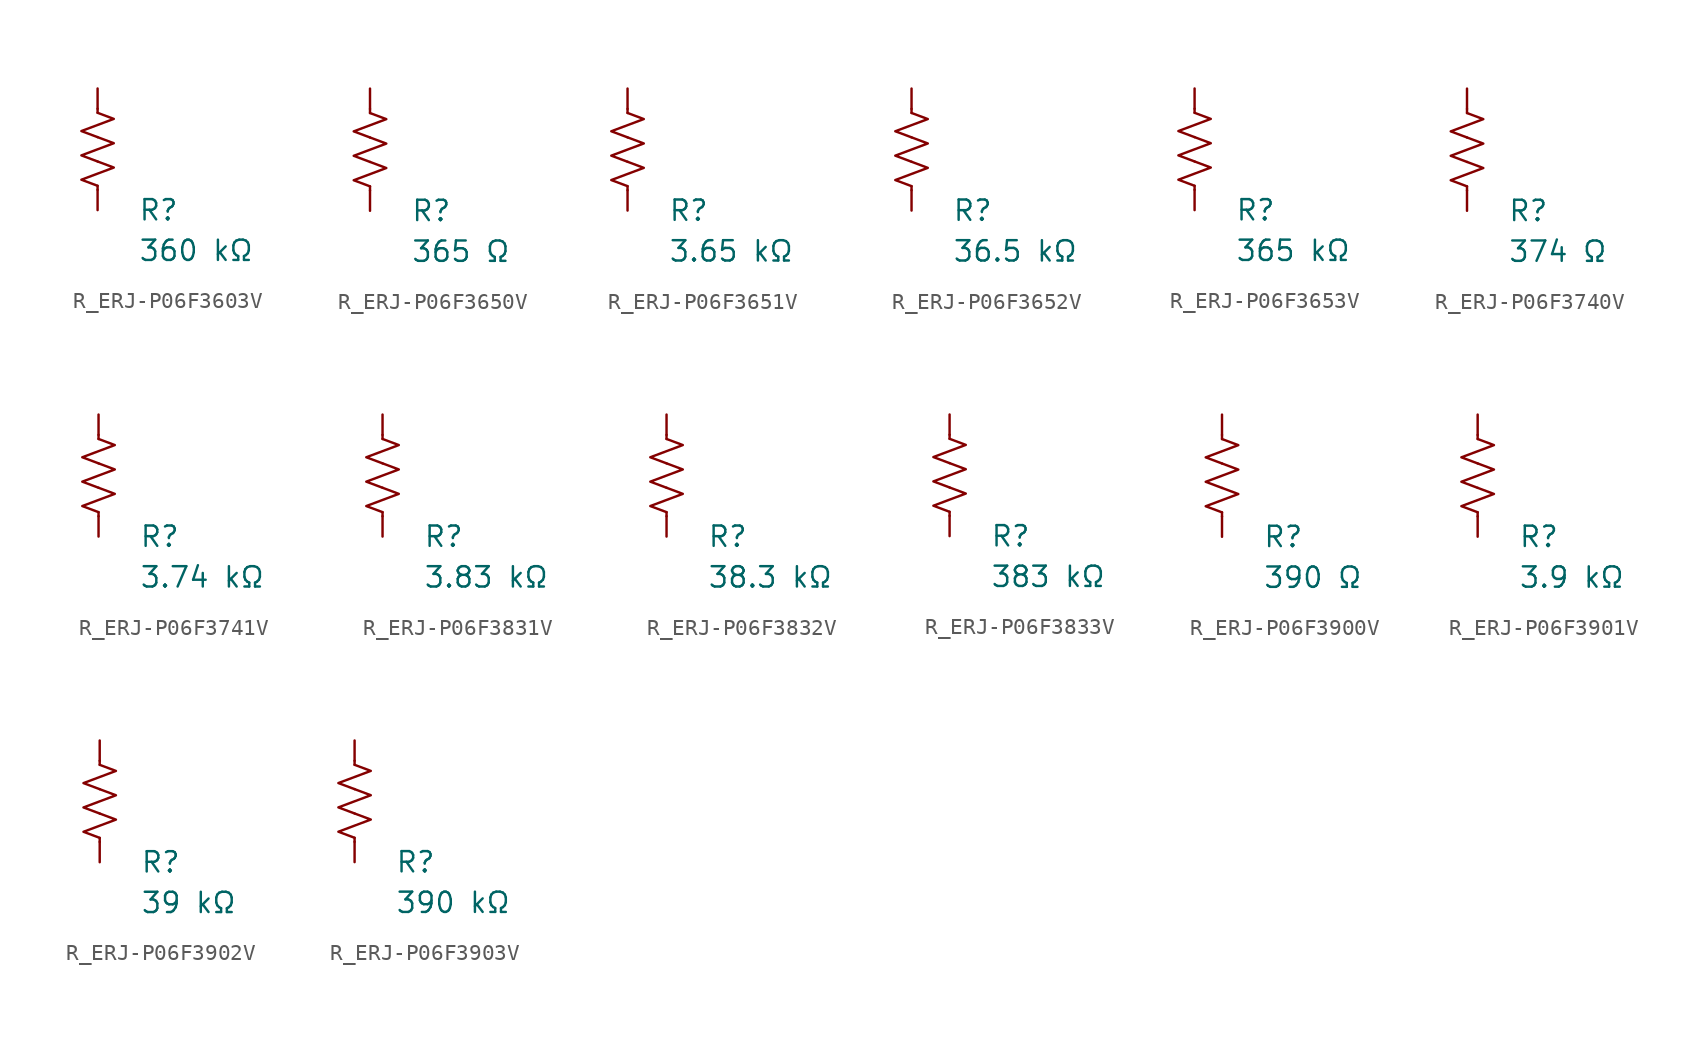
<source format=kicad_sym>
(kicad_symbol_lib
  (version 20231120)
  (generator "kicad_symbol_editor")
  (generator_version "8.0")
  (symbol "R_ERJ-P06F3603V"
    (pin_numbers hide)
    (pin_names
      (offset 0))
    (property "Reference" "R"
      (at 2.54 -3.81 0)
      (effects (font (size 1.27 1.27)) (justify left))
      (show_name no))
    (property "Value" "360 kΩ"
      (at 2.54 -6.35 0)
      (effects (font (size 1.27 1.27)) (justify left))
      (show_name no))
    (symbol "R_ERJ-P06F3603V_0_1"
      (polyline (pts (xy 0 -2.286) (xy 0 -2.54)) (stroke (width 0) (type default)) (fill (type none)))
      (polyline (pts (xy 0 2.286) (xy 0 2.54)) (stroke (width 0) (type default)) (fill (type none)))
      (polyline (pts (xy 0 -0.762) (xy 1.016 -1.143) (xy 0 -1.524) (xy -1.016 -1.905) (xy 0 -2.286)) (stroke (width 0) (type default)) (fill (type none)))
      (polyline (pts (xy 0 0.762) (xy 1.016 0.381) (xy 0 0) (xy -1.016 -0.381) (xy 0 -0.762)) (stroke (width 0) (type default)) (fill (type none)))
      (polyline (pts (xy 0 2.286) (xy 1.016 1.905) (xy 0 1.524) (xy -1.016 1.143) (xy 0 0.762)) (stroke (width 0) (type default)) (fill (type none))))
    (symbol "R_ERJ-P06F3603V_1_1"
      (pin passive line (at 0 3.81 270) (length 1.27) (name "~" (effects (font (size 1.27 1.27)))) (number "1" (effects (font (size 1.27 1.27)))))
      (pin passive line (at 0 -3.81 90) (length 1.27) (name "~" (effects (font (size 1.27 1.27)))) (number "2" (effects (font (size 1.27 1.27)))))))
  (symbol "R_ERJ-P06F3650V"
    (pin_numbers hide)
    (pin_names
      (offset 0))
    (property "Reference" "R"
      (at 2.54 -3.81 0)
      (effects (font (size 1.27 1.27)) (justify left))
      (show_name no))
    (property "Value" "365 Ω"
      (at 2.54 -6.35 0)
      (effects (font (size 1.27 1.27)) (justify left))
      (show_name no))
    (symbol "R_ERJ-P06F3650V_0_1"
      (polyline (pts (xy 0 -2.286) (xy 0 -2.54)) (stroke (width 0) (type default)) (fill (type none)))
      (polyline (pts (xy 0 2.286) (xy 0 2.54)) (stroke (width 0) (type default)) (fill (type none)))
      (polyline (pts (xy 0 -0.762) (xy 1.016 -1.143) (xy 0 -1.524) (xy -1.016 -1.905) (xy 0 -2.286)) (stroke (width 0) (type default)) (fill (type none)))
      (polyline (pts (xy 0 0.762) (xy 1.016 0.381) (xy 0 0) (xy -1.016 -0.381) (xy 0 -0.762)) (stroke (width 0) (type default)) (fill (type none)))
      (polyline (pts (xy 0 2.286) (xy 1.016 1.905) (xy 0 1.524) (xy -1.016 1.143) (xy 0 0.762)) (stroke (width 0) (type default)) (fill (type none))))
    (symbol "R_ERJ-P06F3650V_1_1"
      (pin passive line (at 0 3.81 270) (length 1.27) (name "~" (effects (font (size 1.27 1.27)))) (number "1" (effects (font (size 1.27 1.27)))))
      (pin passive line (at 0 -3.81 90) (length 1.27) (name "~" (effects (font (size 1.27 1.27)))) (number "2" (effects (font (size 1.27 1.27)))))))
  (symbol "R_ERJ-P06F3651V"
    (pin_numbers hide)
    (pin_names
      (offset 0))
    (property "Reference" "R"
      (at 2.54 -3.81 0)
      (effects (font (size 1.27 1.27)) (justify left))
      (show_name no))
    (property "Value" "3.65 kΩ"
      (at 2.54 -6.35 0)
      (effects (font (size 1.27 1.27)) (justify left))
      (show_name no))
    (symbol "R_ERJ-P06F3651V_0_1"
      (polyline (pts (xy 0 -2.286) (xy 0 -2.54)) (stroke (width 0) (type default)) (fill (type none)))
      (polyline (pts (xy 0 2.286) (xy 0 2.54)) (stroke (width 0) (type default)) (fill (type none)))
      (polyline (pts (xy 0 -0.762) (xy 1.016 -1.143) (xy 0 -1.524) (xy -1.016 -1.905) (xy 0 -2.286)) (stroke (width 0) (type default)) (fill (type none)))
      (polyline (pts (xy 0 0.762) (xy 1.016 0.381) (xy 0 0) (xy -1.016 -0.381) (xy 0 -0.762)) (stroke (width 0) (type default)) (fill (type none)))
      (polyline (pts (xy 0 2.286) (xy 1.016 1.905) (xy 0 1.524) (xy -1.016 1.143) (xy 0 0.762)) (stroke (width 0) (type default)) (fill (type none))))
    (symbol "R_ERJ-P06F3651V_1_1"
      (pin passive line (at 0 3.81 270) (length 1.27) (name "~" (effects (font (size 1.27 1.27)))) (number "1" (effects (font (size 1.27 1.27)))))
      (pin passive line (at 0 -3.81 90) (length 1.27) (name "~" (effects (font (size 1.27 1.27)))) (number "2" (effects (font (size 1.27 1.27)))))))
  (symbol "R_ERJ-P06F3652V"
    (pin_numbers hide)
    (pin_names
      (offset 0))
    (property "Reference" "R"
      (at 2.54 -3.81 0)
      (effects (font (size 1.27 1.27)) (justify left))
      (show_name no))
    (property "Value" "36.5 kΩ"
      (at 2.54 -6.35 0)
      (effects (font (size 1.27 1.27)) (justify left))
      (show_name no))
    (symbol "R_ERJ-P06F3652V_0_1"
      (polyline (pts (xy 0 -2.286) (xy 0 -2.54)) (stroke (width 0) (type default)) (fill (type none)))
      (polyline (pts (xy 0 2.286) (xy 0 2.54)) (stroke (width 0) (type default)) (fill (type none)))
      (polyline (pts (xy 0 -0.762) (xy 1.016 -1.143) (xy 0 -1.524) (xy -1.016 -1.905) (xy 0 -2.286)) (stroke (width 0) (type default)) (fill (type none)))
      (polyline (pts (xy 0 0.762) (xy 1.016 0.381) (xy 0 0) (xy -1.016 -0.381) (xy 0 -0.762)) (stroke (width 0) (type default)) (fill (type none)))
      (polyline (pts (xy 0 2.286) (xy 1.016 1.905) (xy 0 1.524) (xy -1.016 1.143) (xy 0 0.762)) (stroke (width 0) (type default)) (fill (type none))))
    (symbol "R_ERJ-P06F3652V_1_1"
      (pin passive line (at 0 3.81 270) (length 1.27) (name "~" (effects (font (size 1.27 1.27)))) (number "1" (effects (font (size 1.27 1.27)))))
      (pin passive line (at 0 -3.81 90) (length 1.27) (name "~" (effects (font (size 1.27 1.27)))) (number "2" (effects (font (size 1.27 1.27)))))))
  (symbol "R_ERJ-P06F3653V"
    (pin_numbers hide)
    (pin_names
      (offset 0))
    (property "Reference" "R"
      (at 2.54 -3.81 0)
      (effects (font (size 1.27 1.27)) (justify left))
      (show_name no))
    (property "Value" "365 kΩ"
      (at 2.54 -6.35 0)
      (effects (font (size 1.27 1.27)) (justify left))
      (show_name no))
    (symbol "R_ERJ-P06F3653V_0_1"
      (polyline (pts (xy 0 -2.286) (xy 0 -2.54)) (stroke (width 0) (type default)) (fill (type none)))
      (polyline (pts (xy 0 2.286) (xy 0 2.54)) (stroke (width 0) (type default)) (fill (type none)))
      (polyline (pts (xy 0 -0.762) (xy 1.016 -1.143) (xy 0 -1.524) (xy -1.016 -1.905) (xy 0 -2.286)) (stroke (width 0) (type default)) (fill (type none)))
      (polyline (pts (xy 0 0.762) (xy 1.016 0.381) (xy 0 0) (xy -1.016 -0.381) (xy 0 -0.762)) (stroke (width 0) (type default)) (fill (type none)))
      (polyline (pts (xy 0 2.286) (xy 1.016 1.905) (xy 0 1.524) (xy -1.016 1.143) (xy 0 0.762)) (stroke (width 0) (type default)) (fill (type none))))
    (symbol "R_ERJ-P06F3653V_1_1"
      (pin passive line (at 0 3.81 270) (length 1.27) (name "~" (effects (font (size 1.27 1.27)))) (number "1" (effects (font (size 1.27 1.27)))))
      (pin passive line (at 0 -3.81 90) (length 1.27) (name "~" (effects (font (size 1.27 1.27)))) (number "2" (effects (font (size 1.27 1.27)))))))
  (symbol "R_ERJ-P06F3740V"
    (pin_numbers hide)
    (pin_names
      (offset 0))
    (property "Reference" "R"
      (at 2.54 -3.81 0)
      (effects (font (size 1.27 1.27)) (justify left))
      (show_name no))
    (property "Value" "374 Ω"
      (at 2.54 -6.35 0)
      (effects (font (size 1.27 1.27)) (justify left))
      (show_name no))
    (symbol "R_ERJ-P06F3740V_0_1"
      (polyline (pts (xy 0 -2.286) (xy 0 -2.54)) (stroke (width 0) (type default)) (fill (type none)))
      (polyline (pts (xy 0 2.286) (xy 0 2.54)) (stroke (width 0) (type default)) (fill (type none)))
      (polyline (pts (xy 0 -0.762) (xy 1.016 -1.143) (xy 0 -1.524) (xy -1.016 -1.905) (xy 0 -2.286)) (stroke (width 0) (type default)) (fill (type none)))
      (polyline (pts (xy 0 0.762) (xy 1.016 0.381) (xy 0 0) (xy -1.016 -0.381) (xy 0 -0.762)) (stroke (width 0) (type default)) (fill (type none)))
      (polyline (pts (xy 0 2.286) (xy 1.016 1.905) (xy 0 1.524) (xy -1.016 1.143) (xy 0 0.762)) (stroke (width 0) (type default)) (fill (type none))))
    (symbol "R_ERJ-P06F3740V_1_1"
      (pin passive line (at 0 3.81 270) (length 1.27) (name "~" (effects (font (size 1.27 1.27)))) (number "1" (effects (font (size 1.27 1.27)))))
      (pin passive line (at 0 -3.81 90) (length 1.27) (name "~" (effects (font (size 1.27 1.27)))) (number "2" (effects (font (size 1.27 1.27)))))))
  (symbol "R_ERJ-P06F3741V"
    (pin_numbers hide)
    (pin_names
      (offset 0))
    (property "Reference" "R"
      (at 2.54 -3.81 0)
      (effects (font (size 1.27 1.27)) (justify left))
      (show_name no))
    (property "Value" "3.74 kΩ"
      (at 2.54 -6.35 0)
      (effects (font (size 1.27 1.27)) (justify left))
      (show_name no))
    (symbol "R_ERJ-P06F3741V_0_1"
      (polyline (pts (xy 0 -2.286) (xy 0 -2.54)) (stroke (width 0) (type default)) (fill (type none)))
      (polyline (pts (xy 0 2.286) (xy 0 2.54)) (stroke (width 0) (type default)) (fill (type none)))
      (polyline (pts (xy 0 -0.762) (xy 1.016 -1.143) (xy 0 -1.524) (xy -1.016 -1.905) (xy 0 -2.286)) (stroke (width 0) (type default)) (fill (type none)))
      (polyline (pts (xy 0 0.762) (xy 1.016 0.381) (xy 0 0) (xy -1.016 -0.381) (xy 0 -0.762)) (stroke (width 0) (type default)) (fill (type none)))
      (polyline (pts (xy 0 2.286) (xy 1.016 1.905) (xy 0 1.524) (xy -1.016 1.143) (xy 0 0.762)) (stroke (width 0) (type default)) (fill (type none))))
    (symbol "R_ERJ-P06F3741V_1_1"
      (pin passive line (at 0 3.81 270) (length 1.27) (name "~" (effects (font (size 1.27 1.27)))) (number "1" (effects (font (size 1.27 1.27)))))
      (pin passive line (at 0 -3.81 90) (length 1.27) (name "~" (effects (font (size 1.27 1.27)))) (number "2" (effects (font (size 1.27 1.27)))))))
  (symbol "R_ERJ-P06F3831V"
    (pin_numbers hide)
    (pin_names
      (offset 0))
    (property "Reference" "R"
      (at 2.54 -3.81 0)
      (effects (font (size 1.27 1.27)) (justify left))
      (show_name no))
    (property "Value" "3.83 kΩ"
      (at 2.54 -6.35 0)
      (effects (font (size 1.27 1.27)) (justify left))
      (show_name no))
    (symbol "R_ERJ-P06F3831V_0_1"
      (polyline (pts (xy 0 -2.286) (xy 0 -2.54)) (stroke (width 0) (type default)) (fill (type none)))
      (polyline (pts (xy 0 2.286) (xy 0 2.54)) (stroke (width 0) (type default)) (fill (type none)))
      (polyline (pts (xy 0 -0.762) (xy 1.016 -1.143) (xy 0 -1.524) (xy -1.016 -1.905) (xy 0 -2.286)) (stroke (width 0) (type default)) (fill (type none)))
      (polyline (pts (xy 0 0.762) (xy 1.016 0.381) (xy 0 0) (xy -1.016 -0.381) (xy 0 -0.762)) (stroke (width 0) (type default)) (fill (type none)))
      (polyline (pts (xy 0 2.286) (xy 1.016 1.905) (xy 0 1.524) (xy -1.016 1.143) (xy 0 0.762)) (stroke (width 0) (type default)) (fill (type none))))
    (symbol "R_ERJ-P06F3831V_1_1"
      (pin passive line (at 0 3.81 270) (length 1.27) (name "~" (effects (font (size 1.27 1.27)))) (number "1" (effects (font (size 1.27 1.27)))))
      (pin passive line (at 0 -3.81 90) (length 1.27) (name "~" (effects (font (size 1.27 1.27)))) (number "2" (effects (font (size 1.27 1.27)))))))
  (symbol "R_ERJ-P06F3832V"
    (pin_numbers hide)
    (pin_names
      (offset 0))
    (property "Reference" "R"
      (at 2.54 -3.81 0)
      (effects (font (size 1.27 1.27)) (justify left))
      (show_name no))
    (property "Value" "38.3 kΩ"
      (at 2.54 -6.35 0)
      (effects (font (size 1.27 1.27)) (justify left))
      (show_name no))
    (symbol "R_ERJ-P06F3832V_0_1"
      (polyline (pts (xy 0 -2.286) (xy 0 -2.54)) (stroke (width 0) (type default)) (fill (type none)))
      (polyline (pts (xy 0 2.286) (xy 0 2.54)) (stroke (width 0) (type default)) (fill (type none)))
      (polyline (pts (xy 0 -0.762) (xy 1.016 -1.143) (xy 0 -1.524) (xy -1.016 -1.905) (xy 0 -2.286)) (stroke (width 0) (type default)) (fill (type none)))
      (polyline (pts (xy 0 0.762) (xy 1.016 0.381) (xy 0 0) (xy -1.016 -0.381) (xy 0 -0.762)) (stroke (width 0) (type default)) (fill (type none)))
      (polyline (pts (xy 0 2.286) (xy 1.016 1.905) (xy 0 1.524) (xy -1.016 1.143) (xy 0 0.762)) (stroke (width 0) (type default)) (fill (type none))))
    (symbol "R_ERJ-P06F3832V_1_1"
      (pin passive line (at 0 3.81 270) (length 1.27) (name "~" (effects (font (size 1.27 1.27)))) (number "1" (effects (font (size 1.27 1.27)))))
      (pin passive line (at 0 -3.81 90) (length 1.27) (name "~" (effects (font (size 1.27 1.27)))) (number "2" (effects (font (size 1.27 1.27)))))))
  (symbol "R_ERJ-P06F3833V"
    (pin_numbers hide)
    (pin_names
      (offset 0))
    (property "Reference" "R"
      (at 2.54 -3.81 0)
      (effects (font (size 1.27 1.27)) (justify left))
      (show_name no))
    (property "Value" "383 kΩ"
      (at 2.54 -6.35 0)
      (effects (font (size 1.27 1.27)) (justify left))
      (show_name no))
    (symbol "R_ERJ-P06F3833V_0_1"
      (polyline (pts (xy 0 -2.286) (xy 0 -2.54)) (stroke (width 0) (type default)) (fill (type none)))
      (polyline (pts (xy 0 2.286) (xy 0 2.54)) (stroke (width 0) (type default)) (fill (type none)))
      (polyline (pts (xy 0 -0.762) (xy 1.016 -1.143) (xy 0 -1.524) (xy -1.016 -1.905) (xy 0 -2.286)) (stroke (width 0) (type default)) (fill (type none)))
      (polyline (pts (xy 0 0.762) (xy 1.016 0.381) (xy 0 0) (xy -1.016 -0.381) (xy 0 -0.762)) (stroke (width 0) (type default)) (fill (type none)))
      (polyline (pts (xy 0 2.286) (xy 1.016 1.905) (xy 0 1.524) (xy -1.016 1.143) (xy 0 0.762)) (stroke (width 0) (type default)) (fill (type none))))
    (symbol "R_ERJ-P06F3833V_1_1"
      (pin passive line (at 0 3.81 270) (length 1.27) (name "~" (effects (font (size 1.27 1.27)))) (number "1" (effects (font (size 1.27 1.27)))))
      (pin passive line (at 0 -3.81 90) (length 1.27) (name "~" (effects (font (size 1.27 1.27)))) (number "2" (effects (font (size 1.27 1.27)))))))
  (symbol "R_ERJ-P06F3900V"
    (pin_numbers hide)
    (pin_names
      (offset 0))
    (property "Reference" "R"
      (at 2.54 -3.81 0)
      (effects (font (size 1.27 1.27)) (justify left))
      (show_name no))
    (property "Value" "390 Ω"
      (at 2.54 -6.35 0)
      (effects (font (size 1.27 1.27)) (justify left))
      (show_name no))
    (symbol "R_ERJ-P06F3900V_0_1"
      (polyline (pts (xy 0 -2.286) (xy 0 -2.54)) (stroke (width 0) (type default)) (fill (type none)))
      (polyline (pts (xy 0 2.286) (xy 0 2.54)) (stroke (width 0) (type default)) (fill (type none)))
      (polyline (pts (xy 0 -0.762) (xy 1.016 -1.143) (xy 0 -1.524) (xy -1.016 -1.905) (xy 0 -2.286)) (stroke (width 0) (type default)) (fill (type none)))
      (polyline (pts (xy 0 0.762) (xy 1.016 0.381) (xy 0 0) (xy -1.016 -0.381) (xy 0 -0.762)) (stroke (width 0) (type default)) (fill (type none)))
      (polyline (pts (xy 0 2.286) (xy 1.016 1.905) (xy 0 1.524) (xy -1.016 1.143) (xy 0 0.762)) (stroke (width 0) (type default)) (fill (type none))))
    (symbol "R_ERJ-P06F3900V_1_1"
      (pin passive line (at 0 3.81 270) (length 1.27) (name "~" (effects (font (size 1.27 1.27)))) (number "1" (effects (font (size 1.27 1.27)))))
      (pin passive line (at 0 -3.81 90) (length 1.27) (name "~" (effects (font (size 1.27 1.27)))) (number "2" (effects (font (size 1.27 1.27)))))))
  (symbol "R_ERJ-P06F3901V"
    (pin_numbers hide)
    (pin_names
      (offset 0))
    (property "Reference" "R"
      (at 2.54 -3.81 0)
      (effects (font (size 1.27 1.27)) (justify left))
      (show_name no))
    (property "Value" "3.9 kΩ"
      (at 2.54 -6.35 0)
      (effects (font (size 1.27 1.27)) (justify left))
      (show_name no))
    (symbol "R_ERJ-P06F3901V_0_1"
      (polyline (pts (xy 0 -2.286) (xy 0 -2.54)) (stroke (width 0) (type default)) (fill (type none)))
      (polyline (pts (xy 0 2.286) (xy 0 2.54)) (stroke (width 0) (type default)) (fill (type none)))
      (polyline (pts (xy 0 -0.762) (xy 1.016 -1.143) (xy 0 -1.524) (xy -1.016 -1.905) (xy 0 -2.286)) (stroke (width 0) (type default)) (fill (type none)))
      (polyline (pts (xy 0 0.762) (xy 1.016 0.381) (xy 0 0) (xy -1.016 -0.381) (xy 0 -0.762)) (stroke (width 0) (type default)) (fill (type none)))
      (polyline (pts (xy 0 2.286) (xy 1.016 1.905) (xy 0 1.524) (xy -1.016 1.143) (xy 0 0.762)) (stroke (width 0) (type default)) (fill (type none))))
    (symbol "R_ERJ-P06F3901V_1_1"
      (pin passive line (at 0 3.81 270) (length 1.27) (name "~" (effects (font (size 1.27 1.27)))) (number "1" (effects (font (size 1.27 1.27)))))
      (pin passive line (at 0 -3.81 90) (length 1.27) (name "~" (effects (font (size 1.27 1.27)))) (number "2" (effects (font (size 1.27 1.27)))))))
  (symbol "R_ERJ-P06F3902V"
    (pin_numbers hide)
    (pin_names
      (offset 0))
    (property "Reference" "R"
      (at 2.54 -3.81 0)
      (effects (font (size 1.27 1.27)) (justify left))
      (show_name no))
    (property "Value" "39 kΩ"
      (at 2.54 -6.35 0)
      (effects (font (size 1.27 1.27)) (justify left))
      (show_name no))
    (symbol "R_ERJ-P06F3902V_0_1"
      (polyline (pts (xy 0 -2.286) (xy 0 -2.54)) (stroke (width 0) (type default)) (fill (type none)))
      (polyline (pts (xy 0 2.286) (xy 0 2.54)) (stroke (width 0) (type default)) (fill (type none)))
      (polyline (pts (xy 0 -0.762) (xy 1.016 -1.143) (xy 0 -1.524) (xy -1.016 -1.905) (xy 0 -2.286)) (stroke (width 0) (type default)) (fill (type none)))
      (polyline (pts (xy 0 0.762) (xy 1.016 0.381) (xy 0 0) (xy -1.016 -0.381) (xy 0 -0.762)) (stroke (width 0) (type default)) (fill (type none)))
      (polyline (pts (xy 0 2.286) (xy 1.016 1.905) (xy 0 1.524) (xy -1.016 1.143) (xy 0 0.762)) (stroke (width 0) (type default)) (fill (type none))))
    (symbol "R_ERJ-P06F3902V_1_1"
      (pin passive line (at 0 3.81 270) (length 1.27) (name "~" (effects (font (size 1.27 1.27)))) (number "1" (effects (font (size 1.27 1.27)))))
      (pin passive line (at 0 -3.81 90) (length 1.27) (name "~" (effects (font (size 1.27 1.27)))) (number "2" (effects (font (size 1.27 1.27)))))))
  (symbol "R_ERJ-P06F3903V"
    (pin_numbers hide)
    (pin_names
      (offset 0))
    (property "Reference" "R"
      (at 2.54 -3.81 0)
      (effects (font (size 1.27 1.27)) (justify left))
      (show_name no))
    (property "Value" "390 kΩ"
      (at 2.54 -6.35 0)
      (effects (font (size 1.27 1.27)) (justify left))
      (show_name no))
    (symbol "R_ERJ-P06F3903V_0_1"
      (polyline (pts (xy 0 -2.286) (xy 0 -2.54)) (stroke (width 0) (type default)) (fill (type none)))
      (polyline (pts (xy 0 2.286) (xy 0 2.54)) (stroke (width 0) (type default)) (fill (type none)))
      (polyline (pts (xy 0 -0.762) (xy 1.016 -1.143) (xy 0 -1.524) (xy -1.016 -1.905) (xy 0 -2.286)) (stroke (width 0) (type default)) (fill (type none)))
      (polyline (pts (xy 0 0.762) (xy 1.016 0.381) (xy 0 0) (xy -1.016 -0.381) (xy 0 -0.762)) (stroke (width 0) (type default)) (fill (type none)))
      (polyline (pts (xy 0 2.286) (xy 1.016 1.905) (xy 0 1.524) (xy -1.016 1.143) (xy 0 0.762)) (stroke (width 0) (type default)) (fill (type none))))
    (symbol "R_ERJ-P06F3903V_1_1"
      (pin passive line (at 0 3.81 270) (length 1.27) (name "~" (effects (font (size 1.27 1.27)))) (number "1" (effects (font (size 1.27 1.27)))))
      (pin passive line (at 0 -3.81 90) (length 1.27) (name "~" (effects (font (size 1.27 1.27)))) (number "2" (effects (font (size 1.27 1.27))))))))
</source>
